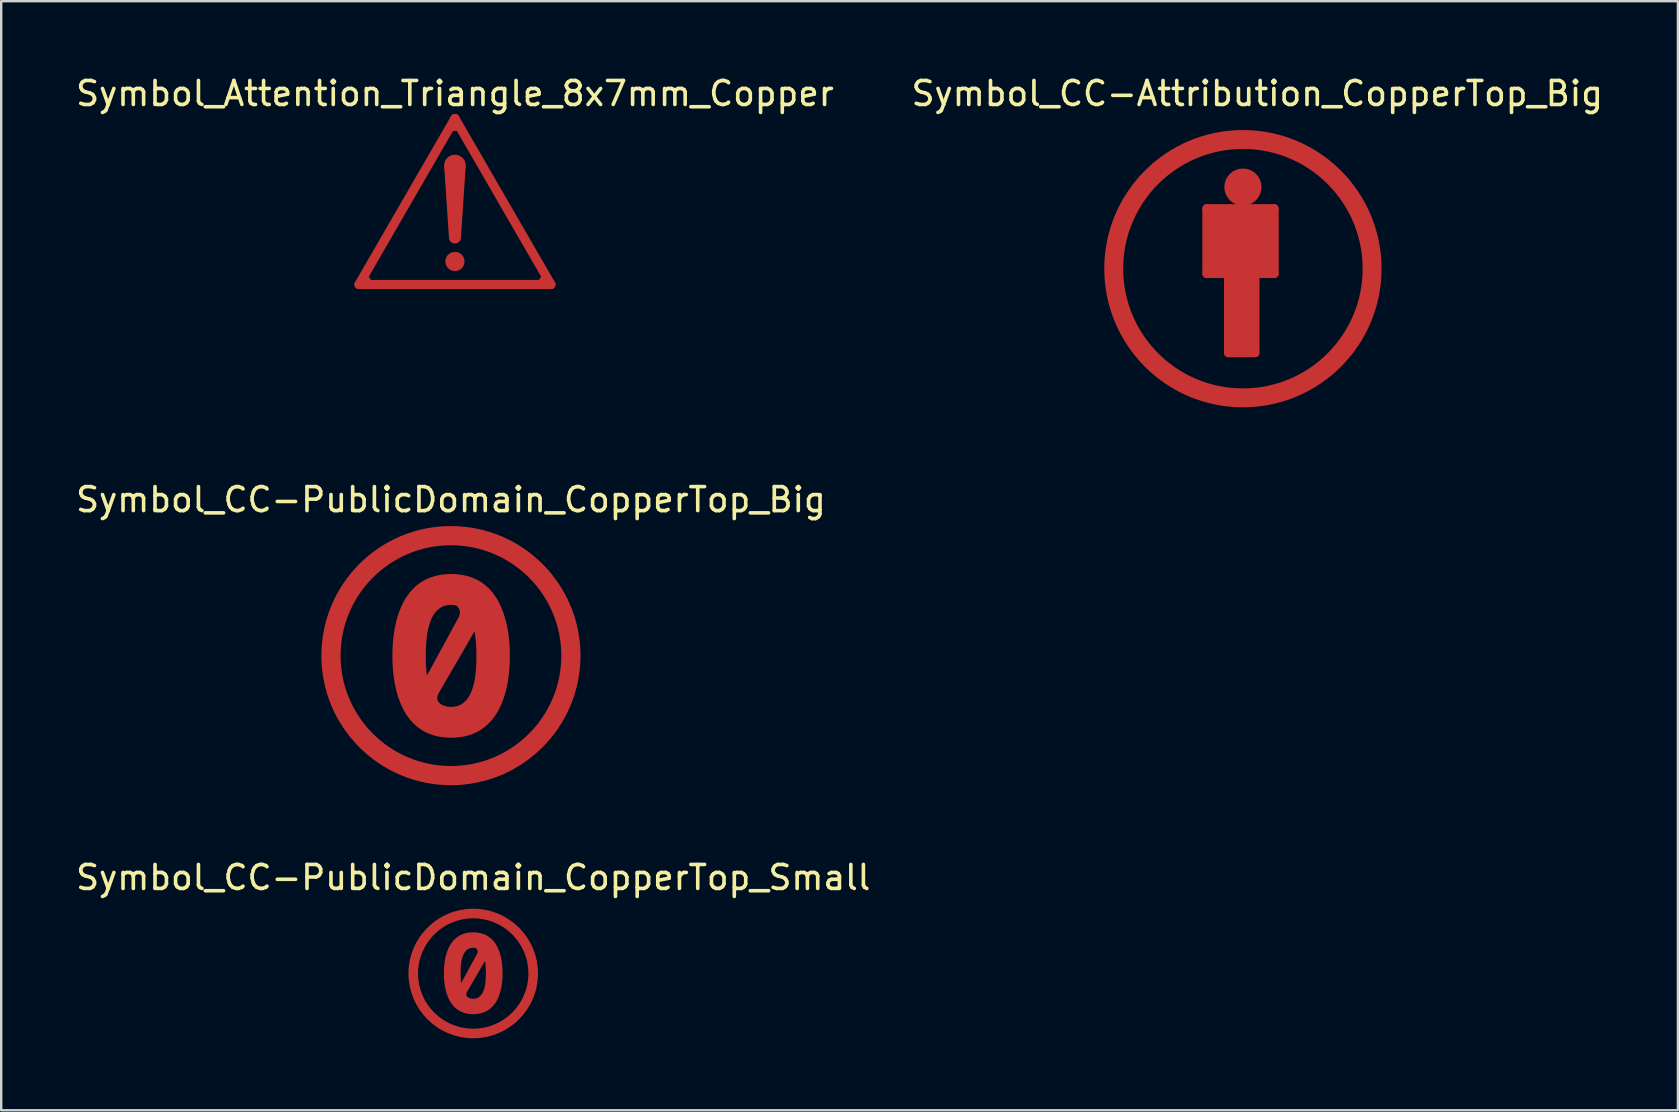
<source format=kicad_pcb>
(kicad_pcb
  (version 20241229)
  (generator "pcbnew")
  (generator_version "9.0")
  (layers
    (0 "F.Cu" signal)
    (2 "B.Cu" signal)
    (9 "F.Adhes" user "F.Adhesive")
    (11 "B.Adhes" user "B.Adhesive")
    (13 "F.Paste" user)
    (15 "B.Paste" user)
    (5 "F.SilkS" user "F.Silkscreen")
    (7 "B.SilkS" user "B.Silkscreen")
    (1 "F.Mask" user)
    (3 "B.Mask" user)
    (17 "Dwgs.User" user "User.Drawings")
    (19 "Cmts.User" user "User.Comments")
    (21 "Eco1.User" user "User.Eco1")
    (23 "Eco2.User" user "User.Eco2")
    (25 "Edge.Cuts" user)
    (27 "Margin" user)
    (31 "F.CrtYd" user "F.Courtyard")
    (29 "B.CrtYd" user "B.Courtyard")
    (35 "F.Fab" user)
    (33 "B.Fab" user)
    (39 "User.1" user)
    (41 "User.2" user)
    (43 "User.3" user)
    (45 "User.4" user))
  (footprint "Symbol_Attention_Triangle_8x7mm_Copper"
    (layer "F.Cu")
    (at 15.911 5.348)
    (property "Reference" "Symbol_Attention_Triangle_8x7mm_Copper" (at 0 -4.5 0) (layer "F.SilkS") (effects (font (size 1 1) (thickness 0.15))))
    (attr board_only exclude_from_pos_files exclude_from_bom allow_missing_courtyard)
    (fp_line (start -4 3.46) (end 0 -3.46) (stroke (width 0.381) (type solid)) (layer "F.Cu"))
    (fp_line (start -3.51 3.44) (end -3.776 3.031) (stroke (width 0.2) (type default)) (layer "F.Cu"))
    (fp_line (start -0.15 -3.04) (end 0.16 -3.04) (stroke (width 0.2) (type default)) (layer "F.Cu"))
    (fp_line (start 0 -3.46) (end 4 3.46) (stroke (width 0.381) (type solid)) (layer "F.Cu"))
    (fp_line (start 3.51 3.44) (end 3.776 3.031) (stroke (width 0.2) (type default)) (layer "F.Cu"))
    (fp_line (start 4 3.46) (end -4 3.46) (stroke (width 0.381) (type solid)) (layer "F.Cu"))
    (fp_circle (center 0 -1.5) (end 0.45 -1.5) (stroke (width 0) (type solid)) (fill yes) (layer "F.Cu"))
    (fp_circle (center 0 1.5) (end 0.25 1.5) (stroke (width 0) (type solid)) (fill yes) (layer "F.Cu"))
    (fp_circle (center 0 2.5) (end 0.4 2.5) (stroke (width 0) (type solid)) (fill yes) (layer "F.Cu"))
    (fp_poly (pts (xy -0.25 1.5) (xy 0.25 1.5) (xy 0.45 -1.5) (xy -0.45 -1.5)) (stroke (width 0) (type solid)) (fill yes) (layer "F.Cu")))
  (footprint "Symbol_CC-PublicDomain_CopperTop_Big"
    (layer "F.Cu")
    (at 15.744 24.275)
    (property "Reference" "Symbol_CC-PublicDomain_CopperTop_Big" (at 0 -6.5 0) (layer "F.SilkS") (effects (font (size 1 1) (thickness 0.15))))
    (attr board_only exclude_from_pos_files exclude_from_bom allow_missing_courtyard)
    (fp_circle (center 0 0) (end 5 0) (stroke (width 0.8) (type default)) (fill no) (layer "F.Cu"))
    (fp_poly (pts (xy 0.187 -3.396) (xy 0.357 -3.38) (xy 0.52 -3.355) (xy 0.674 -3.319) (xy 0.821 -3.274) (xy 0.96 -3.221) (xy 1.091 -3.159) (xy 1.215 -3.089) (xy 1.332 -3.011) (xy 1.442 -2.926) (xy 1.545 -2.833) (xy 1.642 -2.735) (xy 1.732 -2.63) (xy 1.816 -2.519) (xy 1.894 -2.404) (xy 1.965 -2.283) (xy 2.032 -2.157) (xy 2.092 -2.028) (xy 2.197 -1.757) (xy 2.282 -1.475) (xy 2.349 -1.183) (xy 2.398 -0.886) (xy 2.431 -0.586) (xy 2.45 -0.286) (xy 2.456 0.01) (xy 2.45 0.306) (xy 2.431 0.606) (xy 2.398 0.906) (xy 2.349 1.203) (xy 2.282 1.495) (xy 2.242 1.637) (xy 2.197 1.777) (xy 2.147 1.914) (xy 2.092 2.048) (xy 2.032 2.177) (xy 1.965 2.303) (xy 1.894 2.424) (xy 1.816 2.54) (xy 1.732 2.65) (xy 1.642 2.755) (xy 1.545 2.853) (xy 1.442 2.946) (xy 1.332 3.031) (xy 1.215 3.109) (xy 1.091 3.179) (xy 0.96 3.241) (xy 0.821 3.294) (xy 0.674 3.339) (xy 0.52 3.375) (xy 0.357 3.4) (xy 0.187 3.416) (xy 0.007 3.422) (xy -0.172 3.416) (xy -0.343 3.4) (xy -0.505 3.375) (xy -0.66 3.339) (xy -0.806 3.294) (xy -0.945 3.241) (xy -1.077 3.179) (xy -1.201 3.109) (xy -1.318 3.031) (xy -1.428 2.946) (xy -1.531 2.853) (xy -1.627 2.755) (xy -1.717 2.65) (xy -1.801 2.54) (xy -1.879 2.424) (xy -1.951 2.303) (xy -2.017 2.177) (xy -2.077 2.048) (xy -2.183 1.777) (xy -2.184 1.774) (xy -0.572 1.774) (xy -0.571 1.795) (xy -0.569 1.814) (xy -0.565 1.833) (xy -0.56 1.852) (xy -0.553 1.869) (xy -0.545 1.887) (xy -0.536 1.903) (xy -0.526 1.919) (xy -0.515 1.935) (xy -0.503 1.949) (xy -0.49 1.964) (xy -0.475 1.977) (xy -0.46 1.99) (xy -0.444 2.003) (xy -0.427 2.015) (xy -0.41 2.027) (xy -0.392 2.038) (xy -0.353 2.058) (xy -0.312 2.077) (xy -0.304 2.08) (xy -0.297 2.083) (xy -0.289 2.086) (xy -0.281 2.088) (xy -0.265 2.093) (xy -0.25 2.098) (xy -0.24 2.101) (xy -0.231 2.104) (xy -0.222 2.107) (xy -0.212 2.11) (xy -0.187 2.116) (xy -0.16 2.121) (xy -0.134 2.125) (xy -0.107 2.129) (xy -0.079 2.132) (xy -0.051 2.134) (xy -0.022 2.135) (xy 0.008 2.135) (xy 0.099 2.131) (xy 0.185 2.119) (xy 0.266 2.099) (xy 0.342 2.072) (xy 0.413 2.038) (xy 0.479 1.998) (xy 0.54 1.952) (xy 0.597 1.9) (xy 0.649 1.843) (xy 0.698 1.781) (xy 0.743 1.715) (xy 0.783 1.645) (xy 0.82 1.571) (xy 0.854 1.494) (xy 0.912 1.331) (xy 0.958 1.161) (xy 0.993 0.985) (xy 1.02 0.808) (xy 1.038 0.633) (xy 1.051 0.462) (xy 1.058 0.299) (xy 1.062 0.01) (xy 1.059 -0.212) (xy 1.055 -0.335) (xy 1.048 -0.464) (xy 1.038 -0.598) (xy 1.024 -0.734) (xy 1.006 -0.873) (xy 0.983 -1.011) (xy -0.474 1.504) (xy -0.492 1.533) (xy -0.508 1.56) (xy -0.522 1.587) (xy -0.534 1.613) (xy -0.545 1.638) (xy -0.554 1.662) (xy -0.561 1.686) (xy -0.566 1.709) (xy -0.569 1.732) (xy -0.571 1.753) (xy -0.572 1.774) (xy -2.184 1.774) (xy -2.268 1.495) (xy -2.334 1.203) (xy -2.383 0.906) (xy -2.416 0.606) (xy -2.435 0.306) (xy -2.441 0.01) (xy -2.441 0.01) (xy -1.047 0.01) (xy -1.045 0.189) (xy -1.043 0.287) (xy -1.039 0.39) (xy -1.033 0.497) (xy -1.025 0.607) (xy -1.015 0.718) (xy -1.001 0.832) (xy 0.302 -1.563) (xy 0.314 -1.585) (xy 0.325 -1.606) (xy 0.335 -1.627) (xy 0.343 -1.648) (xy 0.351 -1.668) (xy 0.357 -1.688) (xy 0.363 -1.707) (xy 0.367 -1.726) (xy 0.371 -1.745) (xy 0.373 -1.764) (xy 0.374 -1.782) (xy 0.375 -1.799) (xy 0.375 -1.817) (xy 0.373 -1.834) (xy 0.371 -1.85) (xy 0.368 -1.867) (xy 0.365 -1.883) (xy 0.36 -1.898) (xy 0.355 -1.914) (xy 0.349 -1.929) (xy 0.342 -1.944) (xy 0.334 -1.958) (xy 0.326 -1.972) (xy 0.318 -1.986) (xy 0.308 -1.999) (xy 0.298 -2.013) (xy 0.288 -2.026) (xy 0.277 -2.038) (xy 0.253 -2.063) (xy 0.227 -2.086) (xy 0.202 -2.092) (xy 0.175 -2.098) (xy 0.149 -2.103) (xy 0.122 -2.107) (xy 0.094 -2.11) (xy 0.066 -2.113) (xy 0.037 -2.115) (xy 0.007 -2.115) (xy -0.084 -2.111) (xy -0.17 -2.099) (xy -0.251 -2.079) (xy -0.327 -2.052) (xy -0.398 -2.018) (xy -0.464 -1.978) (xy -0.525 -1.932) (xy -0.582 -1.88) (xy -0.635 -1.823) (xy -0.683 -1.761) (xy -0.728 -1.695) (xy -0.768 -1.625) (xy -0.806 -1.551) (xy -0.839 -1.473) (xy -0.897 -1.311) (xy -0.943 -1.141) (xy -0.979 -0.965) (xy -1.005 -0.788) (xy -1.024 -0.613) (xy -1.036 -0.442) (xy -1.043 -0.279) (xy -1.047 0.01) (xy -2.441 0.01) (xy -2.435 -0.286) (xy -2.416 -0.586) (xy -2.383 -0.886) (xy -2.334 -1.183) (xy -2.268 -1.475) (xy -2.227 -1.617) (xy -2.183 -1.757) (xy -2.133 -1.894) (xy -2.077 -2.028) (xy -2.017 -2.157) (xy -1.951 -2.283) (xy -1.879 -2.404) (xy -1.801 -2.519) (xy -1.717 -2.63) (xy -1.627 -2.735) (xy -1.531 -2.833) (xy -1.428 -2.926) (xy -1.318 -3.011) (xy -1.201 -3.089) (xy -1.077 -3.159) (xy -0.945 -3.221) (xy -0.806 -3.274) (xy -0.66 -3.319) (xy -0.505 -3.355) (xy -0.343 -3.38) (xy -0.172 -3.396) (xy 0.007 -3.402)) (stroke (width 0) (type solid)) (fill yes) (layer "F.Cu")))
  (footprint "Symbol_CC-Attribution_CopperTop_Big"
    (layer "F.Cu")
    (at 48.752 8.148)
    (property "Reference" "Symbol_CC-Attribution_CopperTop_Big" (at 0.599 -7.3 0) (layer "F.SilkS") (effects (font (size 1 1) (thickness 0.15))))
    (attr exclude_from_pos_files exclude_from_bom)
    (fp_line (start -5.4 0.099) (end -5.199 1.3) (stroke (width 0.381) (type solid)) (layer "F.Cu"))
    (fp_line (start -5.301 -1.1) (end -5.4 0.099) (stroke (width 0.381) (type solid)) (layer "F.Cu"))
    (fp_line (start -5.199 1.3) (end -4.801 2.4) (stroke (width 0.381) (type solid)) (layer "F.Cu"))
    (fp_line (start -5.001 -2.101) (end -5.301 -1.1) (stroke (width 0.381) (type solid)) (layer "F.Cu"))
    (fp_line (start -4.801 2.4) (end -3.8 3.899) (stroke (width 0.381) (type solid)) (layer "F.Cu"))
    (fp_line (start -4.501 -3) (end -5.001 -2.101) (stroke (width 0.381) (type solid)) (layer "F.Cu"))
    (fp_line (start -4 -3.599) (end -4.501 -3) (stroke (width 0.381) (type solid)) (layer "F.Cu"))
    (fp_line (start -3.8 3.899) (end -2.601 4.801) (stroke (width 0.381) (type solid)) (layer "F.Cu"))
    (fp_line (start -3.299 -4.201) (end -4 -3.599) (stroke (width 0.381) (type solid)) (layer "F.Cu"))
    (fp_line (start -2.7 -4.699) (end -3.299 -4.201) (stroke (width 0.381) (type solid)) (layer "F.Cu"))
    (fp_line (start -2.601 4.801) (end -1.3 5.301) (stroke (width 0.381) (type solid)) (layer "F.Cu"))
    (fp_line (start -1.999 -4.9) (end -2.7 -4.699) (stroke (width 0.381) (type solid)) (layer "F.Cu"))
    (fp_line (start -1.501 -2.499) (end 1.3 -2.499) (stroke (width 0.381) (type solid)) (layer "F.Cu"))
    (fp_line (start -1.501 0.201) (end -1.501 -2.499) (stroke (width 0.381) (type solid)) (layer "F.Cu"))
    (fp_line (start -1.4 -2.2) (end 1.1 -2.2) (stroke (width 0.381) (type solid)) (layer "F.Cu"))
    (fp_line (start -1.4 -1.9) (end -1.4 -1.501) (stroke (width 0.381) (type solid)) (layer "F.Cu"))
    (fp_line (start -1.4 -1.6) (end 1.199 -1.6) (stroke (width 0.381) (type solid)) (layer "F.Cu"))
    (fp_line (start -1.4 -1.501) (end -1.4 -1.6) (stroke (width 0.381) (type solid)) (layer "F.Cu"))
    (fp_line (start -1.4 -0.8) (end -1.4 -0.5) (stroke (width 0.381) (type solid)) (layer "F.Cu"))
    (fp_line (start -1.4 -0.5) (end 1.1 -0.5) (stroke (width 0.381) (type solid)) (layer "F.Cu"))
    (fp_line (start -1.4 -0.3) (end -1.4 -0.099) (stroke (width 0.381) (type solid)) (layer "F.Cu"))
    (fp_line (start -1.4 -0.099) (end 1.1 -0.099) (stroke (width 0.381) (type solid)) (layer "F.Cu"))
    (fp_line (start -1.3 -5.1) (end -1.999 -4.9) (stroke (width 0.381) (type solid)) (layer "F.Cu"))
    (fp_line (start -1.3 -1.3) (end -1.3 -1.1) (stroke (width 0.381) (type solid)) (layer "F.Cu"))
    (fp_line (start -1.3 -1.1) (end 1.1 -1.1) (stroke (width 0.381) (type solid)) (layer "F.Cu"))
    (fp_line (start -1.3 5.301) (end 0.099 5.301) (stroke (width 0.381) (type solid)) (layer "F.Cu"))
    (fp_line (start -0.599 0.3) (end -0.599 3.5) (stroke (width 0.381) (type solid)) (layer "F.Cu"))
    (fp_line (start -0.599 3.5) (end 0.5 3.5) (stroke (width 0.381) (type solid)) (layer "F.Cu"))
    (fp_line (start -0.5 -5.4) (end -1.3 -5.1) (stroke (width 0.381) (type solid)) (layer "F.Cu"))
    (fp_line (start -0.399 0.3) (end -0.399 3.299) (stroke (width 0.381) (type solid)) (layer "F.Cu"))
    (fp_line (start -0.399 3.299) (end -0.201 3.299) (stroke (width 0.381) (type solid)) (layer "F.Cu"))
    (fp_line (start -0.3 -3.8) (end -0.3 -3.099) (stroke (width 0.381) (type solid)) (layer "F.Cu"))
    (fp_line (start -0.201 0.3) (end 0.099 0.3) (stroke (width 0.381) (type solid)) (layer "F.Cu"))
    (fp_line (start -0.201 3.299) (end -0.201 0.3) (stroke (width 0.381) (type solid)) (layer "F.Cu"))
    (fp_line (start 0 -5.4) (end -0.5 -5.4) (stroke (width 0.381) (type solid)) (layer "F.Cu"))
    (fp_line (start 0 -3.8) (end 0 -3) (stroke (width 0.381) (type solid)) (layer "F.Cu"))
    (fp_line (start 0.099 0.3) (end 0.099 3.401) (stroke (width 0.381) (type solid)) (layer "F.Cu"))
    (fp_line (start 0.099 3.401) (end 0.3 3.401) (stroke (width 0.381) (type solid)) (layer "F.Cu"))
    (fp_line (start 0.099 5.301) (end 1.6 5.199) (stroke (width 0.381) (type solid)) (layer "F.Cu"))
    (fp_line (start 0.3 -3.8) (end 0.3 -3) (stroke (width 0.381) (type solid)) (layer "F.Cu"))
    (fp_line (start 0.3 3.401) (end 0.3 0.3) (stroke (width 0.381) (type solid)) (layer "F.Cu"))
    (fp_line (start 0.5 3.5) (end 0.5 0.3) (stroke (width 0.381) (type solid)) (layer "F.Cu"))
    (fp_line (start 1.1 -1.1) (end 1.1 -0.8) (stroke (width 0.381) (type solid)) (layer "F.Cu"))
    (fp_line (start 1.1 -0.8) (end -1.4 -0.8) (stroke (width 0.381) (type solid)) (layer "F.Cu"))
    (fp_line (start 1.1 -0.5) (end 1.1 -0.3) (stroke (width 0.381) (type solid)) (layer "F.Cu"))
    (fp_line (start 1.1 -0.3) (end -1.4 -0.3) (stroke (width 0.381) (type solid)) (layer "F.Cu"))
    (fp_line (start 1.199 -1.9) (end -1.4 -1.9) (stroke (width 0.381) (type solid)) (layer "F.Cu"))
    (fp_line (start 1.199 -1.6) (end 1.199 -1.3) (stroke (width 0.381) (type solid)) (layer "F.Cu"))
    (fp_line (start 1.199 -1.3) (end -1.3 -1.3) (stroke (width 0.381) (type solid)) (layer "F.Cu"))
    (fp_line (start 1.3 -2.499) (end 1.3 0.201) (stroke (width 0.381) (type solid)) (layer "F.Cu"))
    (fp_line (start 1.3 0.201) (end -1.501 0.201) (stroke (width 0.381) (type solid)) (layer "F.Cu"))
    (fp_line (start 1.4 -5.199) (end 0 -5.301) (stroke (width 0.381) (type solid)) (layer "F.Cu"))
    (fp_line (start 1.6 5.199) (end 2.601 4.699) (stroke (width 0.381) (type solid)) (layer "F.Cu"))
    (fp_line (start 2.4 -4.801) (end 1.4 -5.199) (stroke (width 0.381) (type solid)) (layer "F.Cu"))
    (fp_line (start 2.601 4.699) (end 4.201 3.401) (stroke (width 0.381) (type solid)) (layer "F.Cu"))
    (fp_line (start 3.401 -4.1) (end 2.4 -4.801) (stroke (width 0.381) (type solid)) (layer "F.Cu"))
    (fp_line (start 4.201 3.401) (end 5.001 1.801) (stroke (width 0.381) (type solid)) (layer "F.Cu"))
    (fp_line (start 4.699 -2.499) (end 3.401 -4.1) (stroke (width 0.381) (type solid)) (layer "F.Cu"))
    (fp_line (start 5.001 1.801) (end 5.4 0.3) (stroke (width 0.381) (type solid)) (layer "F.Cu"))
    (fp_line (start 5.199 -1.4) (end 4.699 -2.499) (stroke (width 0.381) (type solid)) (layer "F.Cu"))
    (fp_line (start 5.4 0.3) (end 5.199 -1.4) (stroke (width 0.381) (type solid)) (layer "F.Cu"))
    (fp_circle (center 0 -3.401) (end 0.3 -2.901) (stroke (width 0.381) (type solid)) (fill no) (layer "F.Cu"))
    (fp_circle (center 0 0) (end 5.08 1.016) (stroke (width 0.381) (type solid)) (fill no) (layer "F.Cu"))
    (fp_circle (center 0 0) (end 5.588 0) (stroke (width 0.381) (type solid)) (fill no) (layer "F.Cu")))
  (footprint "Symbol_CC-PublicDomain_CopperTop_Small"
    (layer "F.Cu")
    (at 16.673 37.523)
    (property "Reference" "Symbol_CC-PublicDomain_CopperTop_Small" (at 0 -4 0) (layer "F.SilkS") (effects (font (size 1 1) (thickness 0.15))))
    (attr board_only exclude_from_pos_files exclude_from_bom allow_missing_courtyard)
    (fp_circle (center 0 0) (end 2.5 0) (stroke (width 0.4) (type default)) (fill no) (layer "F.Cu"))
    (fp_poly (pts (xy 0.09 -1.713) (xy 0.175 -1.705) (xy 0.256 -1.692) (xy 0.333 -1.675) (xy 0.407 -1.652) (xy 0.476 -1.625) (xy 0.542 -1.594) (xy 0.604 -1.559) (xy 0.662 -1.52) (xy 0.717 -1.478) (xy 0.769 -1.432) (xy 0.817 -1.382) (xy 0.862 -1.33) (xy 0.904 -1.275) (xy 0.943 -1.217) (xy 0.979 -1.156) (xy 1.012 -1.094) (xy 1.042 -1.029) (xy 1.095 -0.894) (xy 1.137 -0.752) (xy 1.171 -0.607) (xy 1.195 -0.458) (xy 1.212 -0.308) (xy 1.221 -0.158) (xy 1.224 -0.01) (xy 1.221 0.138) (xy 1.212 0.288) (xy 1.195 0.438) (xy 1.171 0.587) (xy 1.137 0.732) (xy 1.117 0.804) (xy 1.095 0.874) (xy 1.07 0.942) (xy 1.042 1.009) (xy 1.012 1.074) (xy 0.979 1.136) (xy 0.943 1.197) (xy 0.904 1.255) (xy 0.862 1.31) (xy 0.817 1.362) (xy 0.769 1.412) (xy 0.717 1.458) (xy 0.662 1.5) (xy 0.604 1.539) (xy 0.542 1.574) (xy 0.476 1.605) (xy 0.407 1.632) (xy 0.333 1.655) (xy 0.256 1.672) (xy 0.175 1.685) (xy 0.09 1.693) (xy 0 1.696) (xy -0.09 1.693) (xy -0.175 1.685) (xy -0.256 1.672) (xy -0.334 1.655) (xy -0.407 1.632) (xy -0.476 1.605) (xy -0.542 1.574) (xy -0.604 1.539) (xy -0.663 1.5) (xy -0.718 1.458) (xy -0.769 1.412) (xy -0.817 1.362) (xy -0.862 1.31) (xy -0.904 1.255) (xy -0.943 1.197) (xy -0.979 1.136) (xy -1.012 1.074) (xy -1.042 1.009) (xy -1.095 0.874) (xy -1.095 0.872) (xy -0.29 0.872) (xy -0.289 0.882) (xy -0.288 0.892) (xy -0.286 0.902) (xy -0.283 0.911) (xy -0.28 0.92) (xy -0.276 0.928) (xy -0.272 0.937) (xy -0.267 0.945) (xy -0.261 0.952) (xy -0.255 0.96) (xy -0.249 0.967) (xy -0.241 0.974) (xy -0.234 0.98) (xy -0.226 0.987) (xy -0.217 0.993) (xy -0.209 0.998) (xy -0.199 1.004) (xy -0.18 1.014) (xy -0.16 1.024) (xy -0.156 1.025) (xy -0.152 1.026) (xy -0.148 1.028) (xy -0.144 1.029) (xy -0.136 1.032) (xy -0.129 1.034) (xy -0.124 1.035) (xy -0.119 1.037) (xy -0.115 1.039) (xy -0.11 1.04) (xy -0.097 1.043) (xy -0.084 1.046) (xy -0.071 1.048) (xy -0.057 1.049) (xy -0.043 1.051) (xy -0.029 1.052) (xy -0.015 1.052) (xy 0.000185 1.053) (xy 0.046 1.051) (xy 0.089 1.044) (xy 0.129 1.035) (xy 0.167 1.021) (xy 0.203 1.004) (xy 0.236 0.984) (xy 0.266 0.961) (xy 0.295 0.935) (xy 0.321 0.907) (xy 0.345 0.876) (xy 0.368 0.842) (xy 0.388 0.807) (xy 0.407 0.77) (xy 0.423 0.732) (xy 0.452 0.651) (xy 0.475 0.565) (xy 0.493 0.478) (xy 0.506 0.389) (xy 0.516 0.301) (xy 0.522 0.216) (xy 0.525 0.135) (xy 0.527 -0.01) (xy 0.526 -0.121) (xy 0.524 -0.182) (xy 0.52 -0.247) (xy 0.515 -0.314) (xy 0.508 -0.382) (xy 0.499 -0.451) (xy 0.488 -0.521) (xy -0.241 0.737) (xy -0.25 0.751) (xy -0.258 0.765) (xy -0.265 0.778) (xy -0.271 0.791) (xy -0.276 0.804) (xy -0.28 0.816) (xy -0.284 0.828) (xy -0.287 0.84) (xy -0.288 0.851) (xy -0.289 0.862) (xy -0.29 0.872) (xy -1.095 0.872) (xy -1.138 0.732) (xy -1.171 0.587) (xy -1.195 0.438) (xy -1.212 0.288) (xy -1.221 0.138) (xy -1.224 -0.01) (xy -1.224 -0.01) (xy -0.527 -0.01) (xy -0.526 0.08) (xy -0.525 0.129) (xy -0.523 0.18) (xy -0.52 0.233) (xy -0.516 0.288) (xy -0.511 0.344) (xy -0.504 0.401) (xy 0.147 -0.797) (xy 0.153 -0.807) (xy 0.159 -0.818) (xy 0.164 -0.829) (xy 0.168 -0.839) (xy 0.172 -0.849) (xy 0.175 -0.859) (xy 0.178 -0.869) (xy 0.18 -0.878) (xy 0.182 -0.888) (xy 0.183 -0.897) (xy 0.184 -0.906) (xy 0.184 -0.915) (xy 0.184 -0.923) (xy 0.183 -0.932) (xy 0.182 -0.94) (xy 0.18 -0.948) (xy 0.179 -0.956) (xy 0.176 -0.964) (xy 0.174 -0.972) (xy 0.171 -0.979) (xy 0.167 -0.987) (xy 0.164 -0.994) (xy 0.159 -1.001) (xy 0.155 -1.008) (xy 0.15 -1.015) (xy 0.145 -1.021) (xy 0.14 -1.028) (xy 0.135 -1.034) (xy 0.123 -1.046) (xy 0.11 -1.058) (xy 0.097 -1.061) (xy 0.084 -1.064) (xy 0.071 -1.066) (xy 0.057 -1.068) (xy 0.043 -1.07) (xy 0.029 -1.071) (xy 0.015 -1.072) (xy 0 -1.073) (xy -0.046 -1.07) (xy -0.089 -1.064) (xy -0.129 -1.055) (xy -0.167 -1.041) (xy -0.203 -1.024) (xy -0.236 -1.004) (xy -0.266 -0.981) (xy -0.295 -0.955) (xy -0.321 -0.926) (xy -0.345 -0.896) (xy -0.368 -0.862) (xy -0.388 -0.827) (xy -0.407 -0.79) (xy -0.423 -0.752) (xy -0.452 -0.671) (xy -0.475 -0.585) (xy -0.493 -0.498) (xy -0.506 -0.409) (xy -0.516 -0.322) (xy -0.522 -0.236) (xy -0.525 -0.155) (xy -0.527 -0.01) (xy -1.224 -0.01) (xy -1.221 -0.158) (xy -1.212 -0.308) (xy -1.195 -0.458) (xy -1.171 -0.607) (xy -1.137 -0.752) (xy -1.117 -0.824) (xy -1.095 -0.894) (xy -1.07 -0.962) (xy -1.042 -1.029) (xy -1.012 -1.094) (xy -0.979 -1.156) (xy -0.943 -1.217) (xy -0.904 -1.275) (xy -0.862 -1.33) (xy -0.817 -1.382) (xy -0.769 -1.432) (xy -0.718 -1.478) (xy -0.663 -1.52) (xy -0.604 -1.559) (xy -0.542 -1.594) (xy -0.476 -1.625) (xy -0.407 -1.652) (xy -0.334 -1.675) (xy -0.256 -1.692) (xy -0.175 -1.705) (xy -0.09 -1.713) (xy 0 -1.716)) (stroke (width 0) (type solid)) (fill yes) (layer "F.Cu")))
  (gr_rect
    (start -3 -3)
    (end 66.881 43.223)
    (stroke (width 0.1) (type default))
    (fill no)
    (layer "Edge.Cuts")))
</source>
